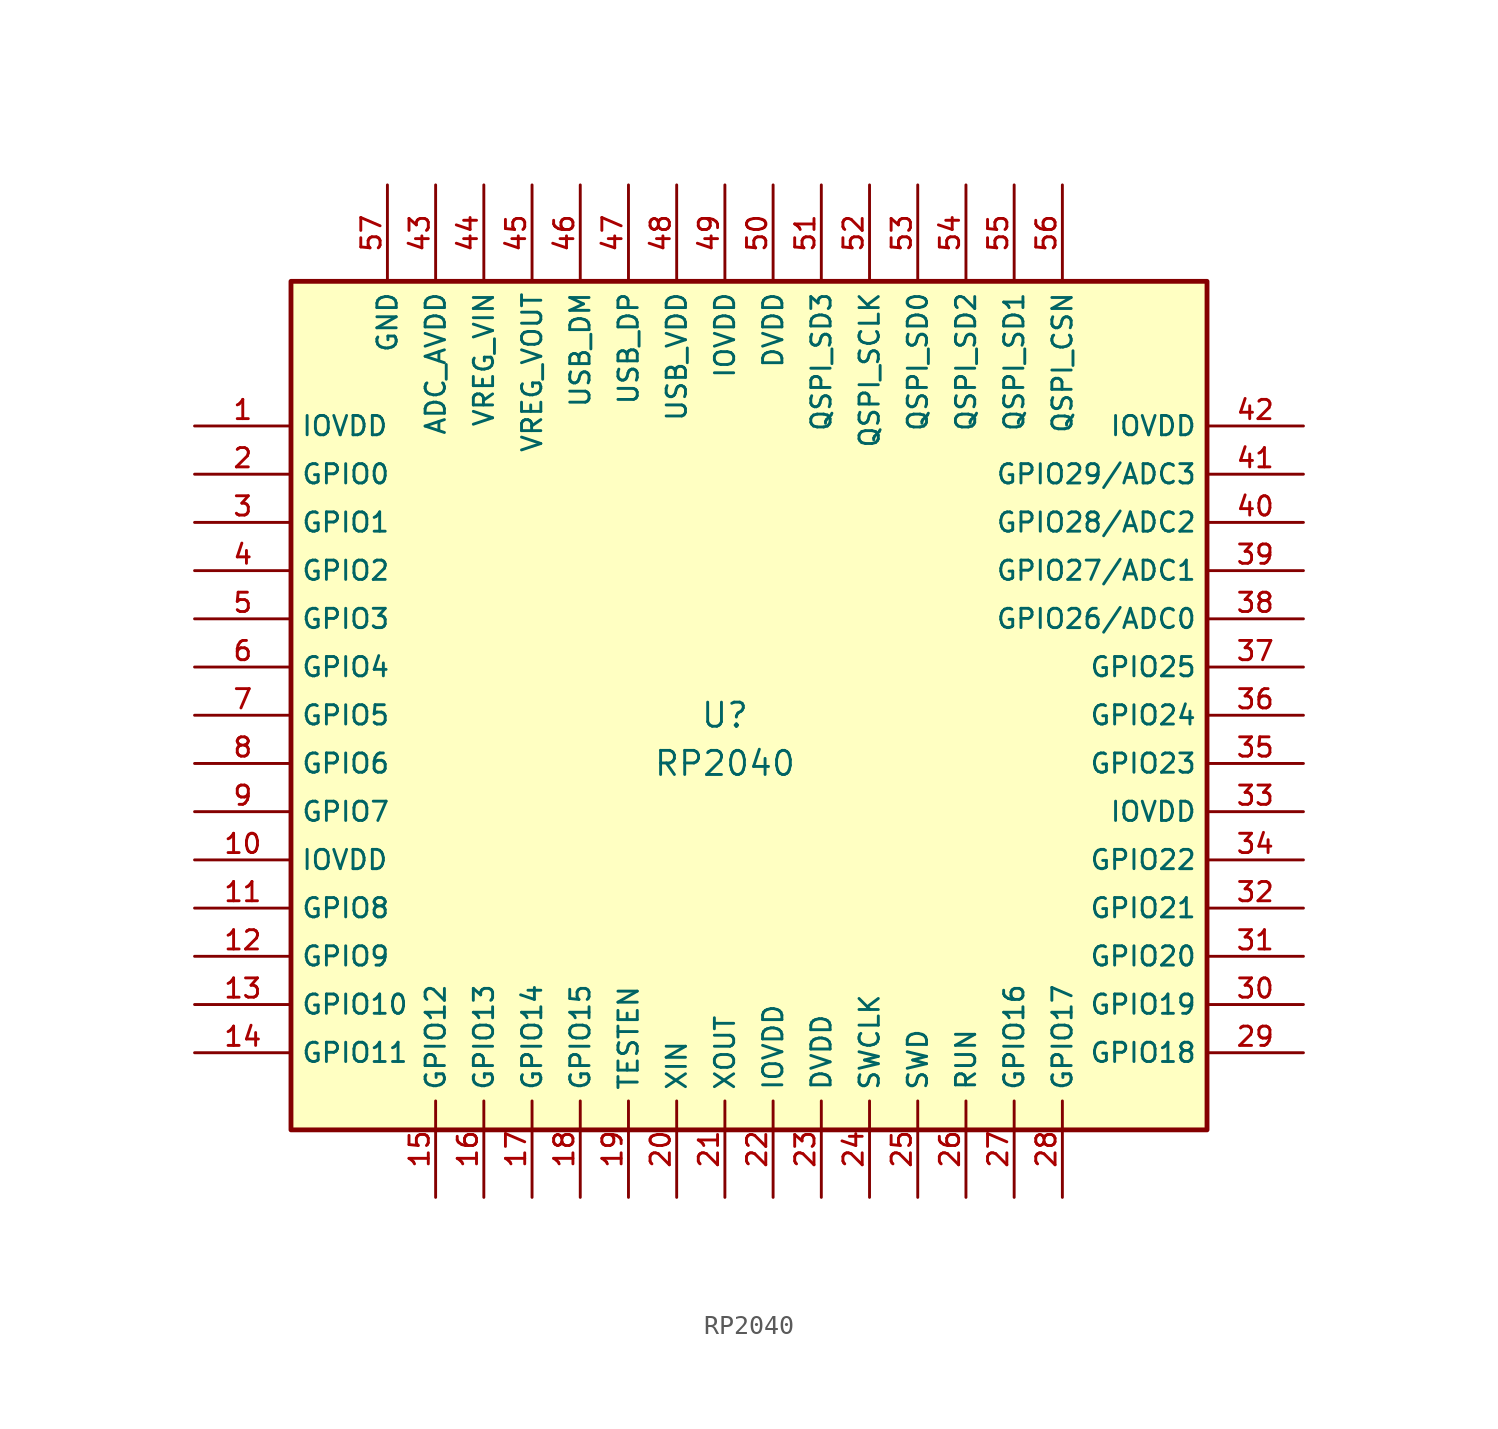
<source format=kicad_sym>
(kicad_symbol_lib
  (version 20211014)
  (generator kicad_symbol_editor)
  (symbol "RP2040"
    (property "Reference" "U"
      (at -2.54 2.54 0)
      (effects (font (size 1.27 1.27))))
    (property "Value" "RP2040"
      (at -2.54 0 0)
      (effects (font (size 1.27 1.27))))
    (symbol "RP2040_0_0"
      (rectangle (start -25.4 25.4) (end 22.86 -19.304) (stroke (width 0.254) (type default) (color 0 0 0 0)) (fill (type background)))
      (pin power_in line (at -30.48 17.78 0) (length 5.08) (name "IOVDD" (effects (font (size 1.016 1.016)))) (number "1" (effects (font (size 1.016 1.016)))))
      (pin power_in line (at -30.48 -5.08 0) (length 5.08) (name "IOVDD" (effects (font (size 1.016 1.016)))) (number "10" (effects (font (size 1.016 1.016)))))
      (pin bidirectional line (at -30.48 -7.62 0) (length 5.08) (name "GPIO8" (effects (font (size 1.016 1.016)))) (number "11" (effects (font (size 1.016 1.016)))))
      (pin bidirectional line (at -30.48 -10.16 0) (length 5.08) (name "GPIO9" (effects (font (size 1.016 1.016)))) (number "12" (effects (font (size 1.016 1.016)))))
      (pin bidirectional line (at -30.48 -12.7 0) (length 5.08) (name "GPIO10" (effects (font (size 1.016 1.016)))) (number "13" (effects (font (size 1.016 1.016)))))
      (pin bidirectional line (at -30.48 -15.24 0) (length 5.08) (name "GPIO11" (effects (font (size 1.016 1.016)))) (number "14" (effects (font (size 1.016 1.016)))))
      (pin bidirectional line (at -17.78 -22.86 90) (length 5.08) (name "GPIO12" (effects (font (size 1.016 1.016)))) (number "15" (effects (font (size 1.016 1.016)))))
      (pin bidirectional line (at -15.24 -22.86 90) (length 5.08) (name "GPIO13" (effects (font (size 1.016 1.016)))) (number "16" (effects (font (size 1.016 1.016)))))
      (pin bidirectional line (at -12.7 -22.86 90) (length 5.08) (name "GPIO14" (effects (font (size 1.016 1.016)))) (number "17" (effects (font (size 1.016 1.016)))))
      (pin bidirectional line (at -10.16 -22.86 90) (length 5.08) (name "GPIO15" (effects (font (size 1.016 1.016)))) (number "18" (effects (font (size 1.016 1.016)))))
      (pin passive line (at -7.62 -22.86 90) (length 5.08) (name "TESTEN" (effects (font (size 1.016 1.016)))) (number "19" (effects (font (size 1.016 1.016)))))
      (pin bidirectional line (at -30.48 15.24 0) (length 5.08) (name "GPIO0" (effects (font (size 1.016 1.016)))) (number "2" (effects (font (size 1.016 1.016)))))
      (pin input line (at -5.08 -22.86 90) (length 5.08) (name "XIN" (effects (font (size 1.016 1.016)))) (number "20" (effects (font (size 1.016 1.016)))))
      (pin output line (at -2.54 -22.86 90) (length 5.08) (name "XOUT" (effects (font (size 1.016 1.016)))) (number "21" (effects (font (size 1.016 1.016)))))
      (pin power_in line (at 0 -22.86 90) (length 5.08) (name "IOVDD" (effects (font (size 1.016 1.016)))) (number "22" (effects (font (size 1.016 1.016)))))
      (pin power_in line (at 2.54 -22.86 90) (length 5.08) (name "DVDD" (effects (font (size 1.016 1.016)))) (number "23" (effects (font (size 1.016 1.016)))))
      (pin input line (at 5.08 -22.86 90) (length 5.08) (name "SWCLK" (effects (font (size 1.016 1.016)))) (number "24" (effects (font (size 1.016 1.016)))))
      (pin bidirectional line (at 7.62 -22.86 90) (length 5.08) (name "SWD" (effects (font (size 1.016 1.016)))) (number "25" (effects (font (size 1.016 1.016)))))
      (pin input line (at 10.16 -22.86 90) (length 5.08) (name "RUN" (effects (font (size 1.016 1.016)))) (number "26" (effects (font (size 1.016 1.016)))))
      (pin bidirectional line (at 12.7 -22.86 90) (length 5.08) (name "GPIO16" (effects (font (size 1.016 1.016)))) (number "27" (effects (font (size 1.016 1.016)))))
      (pin bidirectional line (at 15.24 -22.86 90) (length 5.08) (name "GPIO17" (effects (font (size 1.016 1.016)))) (number "28" (effects (font (size 1.016 1.016)))))
      (pin bidirectional line (at 27.94 -15.24 180) (length 5.08) (name "GPIO18" (effects (font (size 1.016 1.016)))) (number "29" (effects (font (size 1.016 1.016)))))
      (pin bidirectional line (at -30.48 12.7 0) (length 5.08) (name "GPIO1" (effects (font (size 1.016 1.016)))) (number "3" (effects (font (size 1.016 1.016)))))
      (pin bidirectional line (at 27.94 -12.7 180) (length 5.08) (name "GPIO19" (effects (font (size 1.016 1.016)))) (number "30" (effects (font (size 1.016 1.016)))))
      (pin bidirectional line (at 27.94 -10.16 180) (length 5.08) (name "GPIO20" (effects (font (size 1.016 1.016)))) (number "31" (effects (font (size 1.016 1.016)))))
      (pin bidirectional line (at 27.94 -7.62 180) (length 5.08) (name "GPIO21" (effects (font (size 1.016 1.016)))) (number "32" (effects (font (size 1.016 1.016)))))
      (pin power_in line (at 27.94 -2.54 180) (length 5.08) (name "IOVDD" (effects (font (size 1.016 1.016)))) (number "33" (effects (font (size 1.016 1.016)))))
      (pin bidirectional line (at 27.94 -5.08 180) (length 5.08) (name "GPIO22" (effects (font (size 1.016 1.016)))) (number "34" (effects (font (size 1.016 1.016)))))
      (pin bidirectional line (at 27.94 0 180) (length 5.08) (name "GPIO23" (effects (font (size 1.016 1.016)))) (number "35" (effects (font (size 1.016 1.016)))))
      (pin bidirectional line (at 27.94 2.54 180) (length 5.08) (name "GPIO24" (effects (font (size 1.016 1.016)))) (number "36" (effects (font (size 1.016 1.016)))))
      (pin bidirectional line (at 27.94 5.08 180) (length 5.08) (name "GPIO25" (effects (font (size 1.016 1.016)))) (number "37" (effects (font (size 1.016 1.016)))))
      (pin bidirectional line (at 27.94 7.62 180) (length 5.08) (name "GPIO26/ADC0" (effects (font (size 1.016 1.016)))) (number "38" (effects (font (size 1.016 1.016)))))
      (pin bidirectional line (at 27.94 10.16 180) (length 5.08) (name "GPIO27/ADC1" (effects (font (size 1.016 1.016)))) (number "39" (effects (font (size 1.016 1.016)))))
      (pin bidirectional line (at -30.48 10.16 0) (length 5.08) (name "GPIO2" (effects (font (size 1.016 1.016)))) (number "4" (effects (font (size 1.016 1.016)))))
      (pin bidirectional line (at 27.94 12.7 180) (length 5.08) (name "GPIO28/ADC2" (effects (font (size 1.016 1.016)))) (number "40" (effects (font (size 1.016 1.016)))))
      (pin bidirectional line (at 27.94 15.24 180) (length 5.08) (name "GPIO29/ADC3" (effects (font (size 1.016 1.016)))) (number "41" (effects (font (size 1.016 1.016)))))
      (pin power_in line (at 27.94 17.78 180) (length 5.08) (name "IOVDD" (effects (font (size 1.016 1.016)))) (number "42" (effects (font (size 1.016 1.016)))))
      (pin power_in line (at -17.78 30.48 270) (length 5.08) (name "ADC_AVDD" (effects (font (size 1.016 1.016)))) (number "43" (effects (font (size 1.016 1.016)))))
      (pin input line (at -15.24 30.48 270) (length 5.08) (name "VREG_VIN" (effects (font (size 1.016 1.016)))) (number "44" (effects (font (size 1.016 1.016)))))
      (pin output line (at -12.7 30.48 270) (length 5.08) (name "VREG_VOUT" (effects (font (size 1.016 1.016)))) (number "45" (effects (font (size 1.016 1.016)))))
      (pin bidirectional line (at -10.16 30.48 270) (length 5.08) (name "USB_DM" (effects (font (size 1.016 1.016)))) (number "46" (effects (font (size 1.016 1.016)))))
      (pin bidirectional line (at -7.62 30.48 270) (length 5.08) (name "USB_DP" (effects (font (size 1.016 1.016)))) (number "47" (effects (font (size 1.016 1.016)))))
      (pin power_in line (at -5.08 30.48 270) (length 5.08) (name "USB_VDD" (effects (font (size 1.016 1.016)))) (number "48" (effects (font (size 1.016 1.016)))))
      (pin power_in line (at -2.54 30.48 270) (length 5.08) (name "IOVDD" (effects (font (size 1.016 1.016)))) (number "49" (effects (font (size 1.016 1.016)))))
      (pin bidirectional line (at -30.48 7.62 0) (length 5.08) (name "GPIO3" (effects (font (size 1.016 1.016)))) (number "5" (effects (font (size 1.016 1.016)))))
      (pin power_in line (at 0 30.48 270) (length 5.08) (name "DVDD" (effects (font (size 1.016 1.016)))) (number "50" (effects (font (size 1.016 1.016)))))
      (pin bidirectional line (at 2.54 30.48 270) (length 5.08) (name "QSPI_SD3" (effects (font (size 1.016 1.016)))) (number "51" (effects (font (size 1.016 1.016)))))
      (pin input line (at 5.08 30.48 270) (length 5.08) (name "QSPI_SCLK" (effects (font (size 1.016 1.016)))) (number "52" (effects (font (size 1.016 1.016)))))
      (pin bidirectional line (at 7.62 30.48 270) (length 5.08) (name "QSPI_SD0" (effects (font (size 1.016 1.016)))) (number "53" (effects (font (size 1.016 1.016)))))
      (pin bidirectional line (at 10.16 30.48 270) (length 5.08) (name "QSPI_SD2" (effects (font (size 1.016 1.016)))) (number "54" (effects (font (size 1.016 1.016)))))
      (pin bidirectional line (at 12.7 30.48 270) (length 5.08) (name "QSPI_SD1" (effects (font (size 1.016 1.016)))) (number "55" (effects (font (size 1.016 1.016)))))
      (pin bidirectional line (at 15.24 30.48 270) (length 5.08) (name "QSPI_CSN" (effects (font (size 1.016 1.016)))) (number "56" (effects (font (size 1.016 1.016)))))
      (pin power_in line (at -20.32 30.48 270) (length 5.08) (name "GND" (effects (font (size 1.016 1.016)))) (number "57" (effects (font (size 1.016 1.016)))))
      (pin bidirectional line (at -30.48 5.08 0) (length 5.08) (name "GPIO4" (effects (font (size 1.016 1.016)))) (number "6" (effects (font (size 1.016 1.016)))))
      (pin bidirectional line (at -30.48 2.54 0) (length 5.08) (name "GPIO5" (effects (font (size 1.016 1.016)))) (number "7" (effects (font (size 1.016 1.016)))))
      (pin bidirectional line (at -30.48 0 0) (length 5.08) (name "GPIO6" (effects (font (size 1.016 1.016)))) (number "8" (effects (font (size 1.016 1.016)))))
      (pin bidirectional line (at -30.48 -2.54 0) (length 5.08) (name "GPIO7" (effects (font (size 1.016 1.016)))) (number "9" (effects (font (size 1.016 1.016))))))))
</source>
